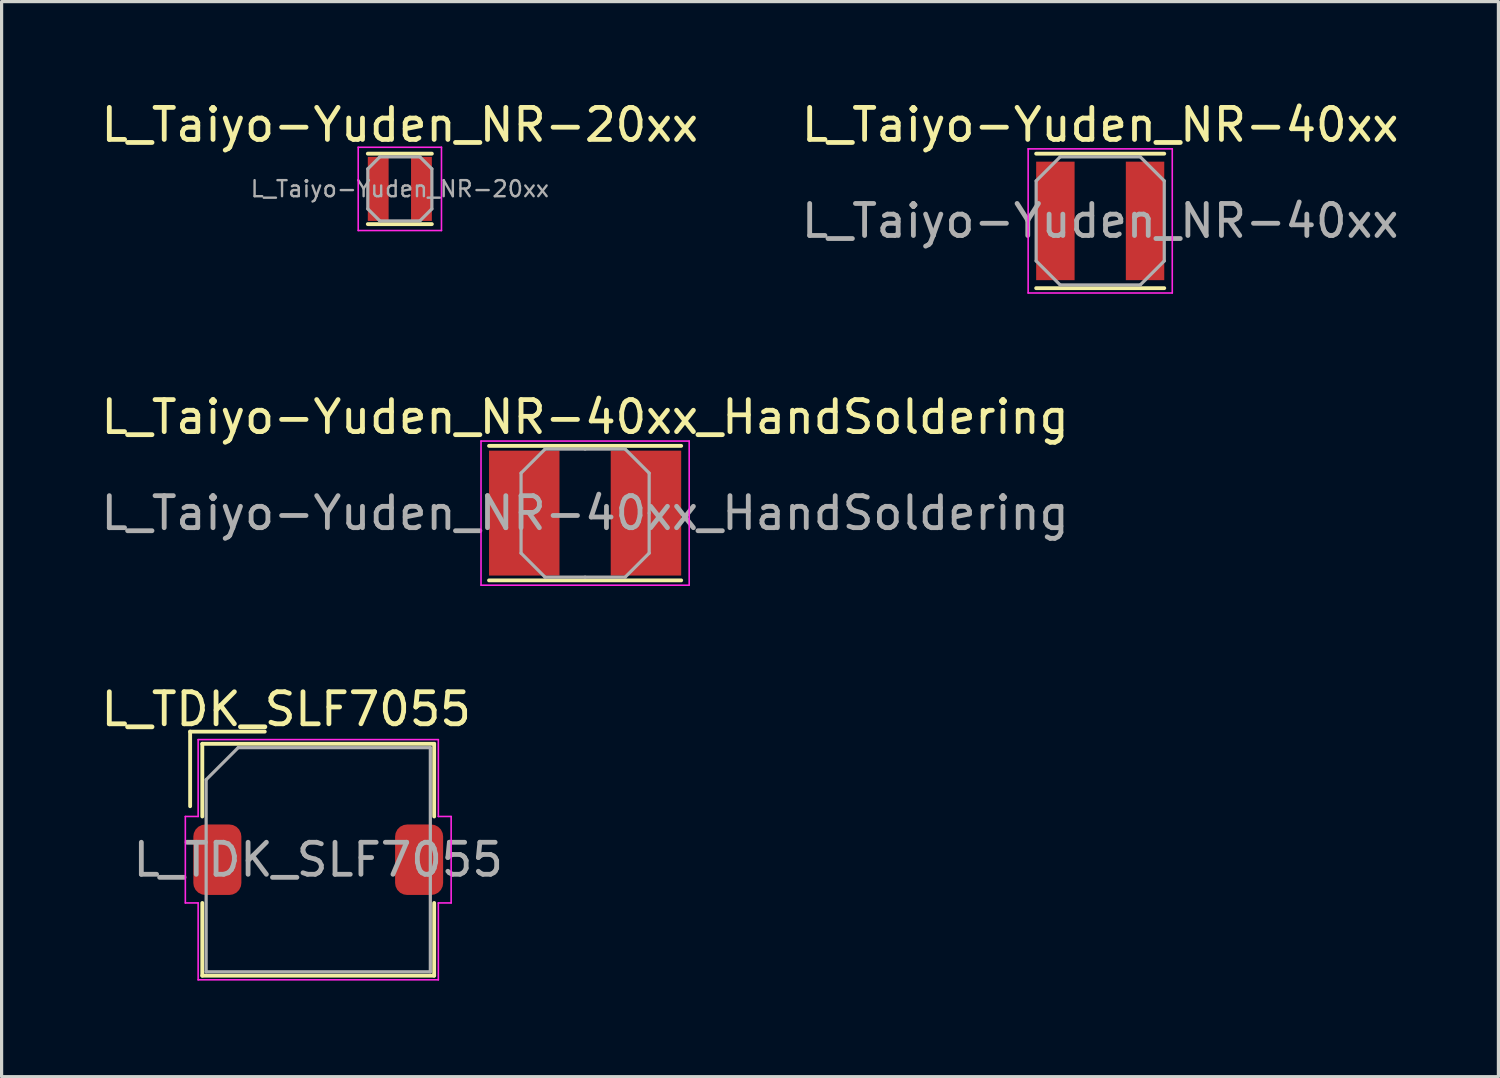
<source format=kicad_pcb>
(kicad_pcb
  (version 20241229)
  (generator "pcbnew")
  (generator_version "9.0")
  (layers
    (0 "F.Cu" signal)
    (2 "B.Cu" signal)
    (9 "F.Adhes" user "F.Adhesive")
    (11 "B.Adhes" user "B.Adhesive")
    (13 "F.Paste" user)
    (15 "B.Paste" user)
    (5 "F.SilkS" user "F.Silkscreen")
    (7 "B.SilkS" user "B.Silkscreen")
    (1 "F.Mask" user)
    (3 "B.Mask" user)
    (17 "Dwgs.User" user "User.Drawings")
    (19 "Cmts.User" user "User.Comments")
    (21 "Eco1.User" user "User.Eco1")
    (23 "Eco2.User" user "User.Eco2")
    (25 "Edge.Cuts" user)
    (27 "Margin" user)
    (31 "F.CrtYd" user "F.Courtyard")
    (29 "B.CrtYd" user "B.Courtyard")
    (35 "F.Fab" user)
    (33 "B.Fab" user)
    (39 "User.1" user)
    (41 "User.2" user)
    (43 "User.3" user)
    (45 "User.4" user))
  (footprint "L_Taiyo-Yuden_NR-40xx"
    (layer "F.Cu")
    (at 31.304 3.848)
    (property "Reference" "L_Taiyo-Yuden_NR-40xx" (at 0 -3 0) (layer "F.SilkS") (effects (font (size 1 1) (thickness 0.15))))
    (attr smd)
    (fp_line (start -2 -2.1) (end 2 -2.1) (stroke (width 0.12) (type solid)) (layer "F.SilkS"))
    (fp_line (start -2 2.1) (end 2 2.1) (stroke (width 0.12) (type solid)) (layer "F.SilkS"))
    (fp_line (start -2.25 -2.25) (end -2.25 2.25) (stroke (width 0.05) (type solid)) (layer "F.CrtYd"))
    (fp_line (start -2.25 2.25) (end 2.25 2.25) (stroke (width 0.05) (type solid)) (layer "F.CrtYd"))
    (fp_line (start 2.25 -2.25) (end -2.25 -2.25) (stroke (width 0.05) (type solid)) (layer "F.CrtYd"))
    (fp_line (start 2.25 2.25) (end 2.25 -2.25) (stroke (width 0.05) (type solid)) (layer "F.CrtYd"))
    (fp_line (start -2 -1.25) (end -1.25 -2) (stroke (width 0.1) (type solid)) (layer "F.Fab"))
    (fp_line (start -2 1.25) (end -2 -1.25) (stroke (width 0.1) (type solid)) (layer "F.Fab"))
    (fp_line (start -2 1.25) (end -1.25 2) (stroke (width 0.1) (type solid)) (layer "F.Fab"))
    (fp_line (start -1.25 -2) (end 1.25 -2) (stroke (width 0.1) (type solid)) (layer "F.Fab"))
    (fp_line (start -1.25 2) (end 1.25 2) (stroke (width 0.1) (type solid)) (layer "F.Fab"))
    (fp_line (start 2 -1.25) (end 1.25 -2) (stroke (width 0.1) (type solid)) (layer "F.Fab"))
    (fp_line (start 2 -1.25) (end 2 1.25) (stroke (width 0.1) (type solid)) (layer "F.Fab"))
    (fp_line (start 2 1.25) (end 1.25 2) (stroke (width 0.1) (type solid)) (layer "F.Fab"))
    (fp_text user "${REFERENCE}" (at 0 0 0) (layer "F.Fab") (effects (font (size 1 1) (thickness 0.15))))
    (pad "1" smd rect (at -1.4 0) (size 1.2 3.7) (layers "F.Cu" "F.Mask" "F.Paste"))
    (pad "2" smd rect (at 1.4 0) (size 1.2 3.7) (layers "F.Cu" "F.Mask" "F.Paste")))
  (footprint "L_TDK_SLF7055"
    (layer "F.Cu")
    (at 6.887 23.795)
    (property "Reference" "L_TDK_SLF7055" (at -1 -4.7 0) (layer "F.SilkS") (effects (font (size 1 1) (thickness 0.15))))
    (attr smd)
    (fp_line (start -4 -4) (end -1.67 -4) (stroke (width 0.12) (type solid)) (layer "F.SilkS"))
    (fp_line (start -4 -1.67) (end -4 -4) (stroke (width 0.12) (type solid)) (layer "F.SilkS"))
    (fp_line (start -3.62 -3.62) (end -3.62 -1.35) (stroke (width 0.12) (type solid)) (layer "F.SilkS"))
    (fp_line (start -3.62 -3.62) (end 3.62 -3.62) (stroke (width 0.12) (type solid)) (layer "F.SilkS"))
    (fp_line (start -3.62 1.35) (end -3.62 3.62) (stroke (width 0.12) (type solid)) (layer "F.SilkS"))
    (fp_line (start -3.62 3.62) (end 3.62 3.62) (stroke (width 0.12) (type solid)) (layer "F.SilkS"))
    (fp_line (start 3.62 -3.62) (end 3.62 -1.35) (stroke (width 0.12) (type solid)) (layer "F.SilkS"))
    (fp_line (start 3.62 1.35) (end 3.62 3.62) (stroke (width 0.12) (type solid)) (layer "F.SilkS"))
    (fp_line (start -4.15 -1.35) (end -4.15 1.35) (stroke (width 0.05) (type solid)) (layer "F.CrtYd"))
    (fp_line (start -4.15 1.35) (end -3.75 1.35) (stroke (width 0.05) (type solid)) (layer "F.CrtYd"))
    (fp_line (start -3.75 -3.75) (end -3.75 -1.35) (stroke (width 0.05) (type solid)) (layer "F.CrtYd"))
    (fp_line (start -3.75 -3.75) (end 3.75 -3.75) (stroke (width 0.05) (type solid)) (layer "F.CrtYd"))
    (fp_line (start -3.75 -1.35) (end -4.15 -1.35) (stroke (width 0.05) (type solid)) (layer "F.CrtYd"))
    (fp_line (start -3.75 1.35) (end -3.75 3.75) (stroke (width 0.05) (type solid)) (layer "F.CrtYd"))
    (fp_line (start -3.75 3.75) (end 3.75 3.75) (stroke (width 0.05) (type solid)) (layer "F.CrtYd"))
    (fp_line (start 3.75 -3.75) (end 3.75 -1.35) (stroke (width 0.05) (type solid)) (layer "F.CrtYd"))
    (fp_line (start 3.75 -1.35) (end 4.15 -1.35) (stroke (width 0.05) (type solid)) (layer "F.CrtYd"))
    (fp_line (start 3.75 1.35) (end 3.75 3.75) (stroke (width 0.05) (type solid)) (layer "F.CrtYd"))
    (fp_line (start 4.15 -1.35) (end 4.15 1.35) (stroke (width 0.05) (type solid)) (layer "F.CrtYd"))
    (fp_line (start 4.15 1.35) (end 3.75 1.35) (stroke (width 0.05) (type solid)) (layer "F.CrtYd"))
    (fp_line (start -3.5 -2.5) (end -2.5 -3.5) (stroke (width 0.1) (type solid)) (layer "F.Fab"))
    (fp_line (start -3.5 3.5) (end -3.5 -2.5) (stroke (width 0.1) (type solid)) (layer "F.Fab"))
    (fp_line (start -2.5 -3.5) (end 3.5 -3.5) (stroke (width 0.1) (type solid)) (layer "F.Fab"))
    (fp_line (start 3.5 -3.5) (end 3.5 3.5) (stroke (width 0.1) (type solid)) (layer "F.Fab"))
    (fp_line (start 3.5 3.5) (end -3.5 3.5) (stroke (width 0.1) (type solid)) (layer "F.Fab"))
    (fp_text user "${REFERENCE}" (at 0 0 0) (layer "F.Fab") (effects (font (size 1 1) (thickness 0.15))))
    (pad "1" smd roundrect (at -3.15 0) (size 1.5 2.2) (layers "F.Cu" "F.Mask" "F.Paste") (roundrect_rratio 0.25))
    (pad "2" smd roundrect (at 3.15 0) (size 1.5 2.2) (layers "F.Cu" "F.Mask" "F.Paste") (roundrect_rratio 0.25)))
  (footprint "L_Taiyo-Yuden_NR-40xx_HandSoldering"
    (layer "F.Cu")
    (at 15.22 12.972)
    (property "Reference" "L_Taiyo-Yuden_NR-40xx_HandSoldering" (at 0 -3 0) (layer "F.SilkS") (effects (font (size 1 1) (thickness 0.15))))
    (attr smd)
    (fp_line (start -3 -2.1) (end 3 -2.1) (stroke (width 0.12) (type solid)) (layer "F.SilkS"))
    (fp_line (start -3 2.1) (end 3 2.1) (stroke (width 0.12) (type solid)) (layer "F.SilkS"))
    (fp_line (start -3.25 -2.25) (end -3.25 2.25) (stroke (width 0.05) (type solid)) (layer "F.CrtYd"))
    (fp_line (start -3.25 2.25) (end 3.25 2.25) (stroke (width 0.05) (type solid)) (layer "F.CrtYd"))
    (fp_line (start 3.25 -2.25) (end -3.25 -2.25) (stroke (width 0.05) (type solid)) (layer "F.CrtYd"))
    (fp_line (start 3.25 2.25) (end 3.25 -2.25) (stroke (width 0.05) (type solid)) (layer "F.CrtYd"))
    (fp_line (start -2 -1.25) (end -1.25 -2) (stroke (width 0.1) (type solid)) (layer "F.Fab"))
    (fp_line (start -2 0) (end -2 -1.25) (stroke (width 0.1) (type solid)) (layer "F.Fab"))
    (fp_line (start -2 0) (end -2 1.25) (stroke (width 0.1) (type solid)) (layer "F.Fab"))
    (fp_line (start -2 1.25) (end -1.25 2) (stroke (width 0.1) (type solid)) (layer "F.Fab"))
    (fp_line (start -1.25 -2) (end 0 -2) (stroke (width 0.1) (type solid)) (layer "F.Fab"))
    (fp_line (start -1.25 2) (end 0 2) (stroke (width 0.1) (type solid)) (layer "F.Fab"))
    (fp_line (start 1.25 -2) (end 0 -2) (stroke (width 0.1) (type solid)) (layer "F.Fab"))
    (fp_line (start 1.25 2) (end 0 2) (stroke (width 0.1) (type solid)) (layer "F.Fab"))
    (fp_line (start 2 -1.25) (end 1.25 -2) (stroke (width 0.1) (type solid)) (layer "F.Fab"))
    (fp_line (start 2 0) (end 2 -1.25) (stroke (width 0.1) (type solid)) (layer "F.Fab"))
    (fp_line (start 2 0) (end 2 1.25) (stroke (width 0.1) (type solid)) (layer "F.Fab"))
    (fp_line (start 2 1.25) (end 1.25 2) (stroke (width 0.1) (type solid)) (layer "F.Fab"))
    (fp_text user "${REFERENCE}" (at 0 0 0) (layer "F.Fab") (effects (font (size 1 1) (thickness 0.15))))
    (pad "1" smd rect (at -1.9 0) (size 2.2 3.9) (layers "F.Cu" "F.Mask" "F.Paste"))
    (pad "2" smd rect (at 1.9 0) (size 2.2 3.9) (layers "F.Cu" "F.Mask" "F.Paste")))
  (footprint "L_Taiyo-Yuden_NR-20xx"
    (layer "F.Cu")
    (at 9.435 2.848)
    (property "Reference" "L_Taiyo-Yuden_NR-20xx" (at 0 -2 0) (layer "F.SilkS") (effects (font (size 1 1) (thickness 0.15))))
    (attr smd)
    (fp_line (start -1 -1.1) (end 1 -1.1) (stroke (width 0.12) (type solid)) (layer "F.SilkS"))
    (fp_line (start -1 1.1) (end 1 1.1) (stroke (width 0.12) (type solid)) (layer "F.SilkS"))
    (fp_line (start -1.3 -1.3) (end -1.3 1.3) (stroke (width 0.05) (type solid)) (layer "F.CrtYd"))
    (fp_line (start -1.3 1.3) (end 1.3 1.3) (stroke (width 0.05) (type solid)) (layer "F.CrtYd"))
    (fp_line (start 1.3 -1.3) (end -1.3 -1.3) (stroke (width 0.05) (type solid)) (layer "F.CrtYd"))
    (fp_line (start 1.3 1.3) (end 1.3 -1.3) (stroke (width 0.05) (type solid)) (layer "F.CrtYd"))
    (fp_line (start -1 -0.625) (end -1 0.625) (stroke (width 0.1) (type solid)) (layer "F.Fab"))
    (fp_line (start -1 -0.625) (end -0.625 -1) (stroke (width 0.1) (type solid)) (layer "F.Fab"))
    (fp_line (start -1 0.625) (end -0.625 1) (stroke (width 0.1) (type solid)) (layer "F.Fab"))
    (fp_line (start -0.625 -1) (end 0.625 -1) (stroke (width 0.1) (type solid)) (layer "F.Fab"))
    (fp_line (start -0.625 1) (end 0.625 1) (stroke (width 0.1) (type solid)) (layer "F.Fab"))
    (fp_line (start 1 -0.625) (end 0.625 -1) (stroke (width 0.1) (type solid)) (layer "F.Fab"))
    (fp_line (start 1 0.625) (end 0.625 1) (stroke (width 0.1) (type solid)) (layer "F.Fab"))
    (fp_line (start 1 0.625) (end 1 -0.625) (stroke (width 0.1) (type solid)) (layer "F.Fab"))
    (fp_text user "${REFERENCE}" (at 0 0 0) (layer "F.Fab") (effects (font (size 0.5 0.5) (thickness 0.075))))
    (pad "1" smd rect (at -0.675 0) (size 0.65 2) (layers "F.Cu" "F.Mask" "F.Paste"))
    (pad "2" smd rect (at 0.675 0) (size 0.65 2) (layers "F.Cu" "F.Mask" "F.Paste")))
  (gr_rect
    (start -3 -3)
    (end 43.738 30.57)
    (stroke (width 0.1) (type default))
    (fill no)
    (layer "Edge.Cuts")))
</source>
